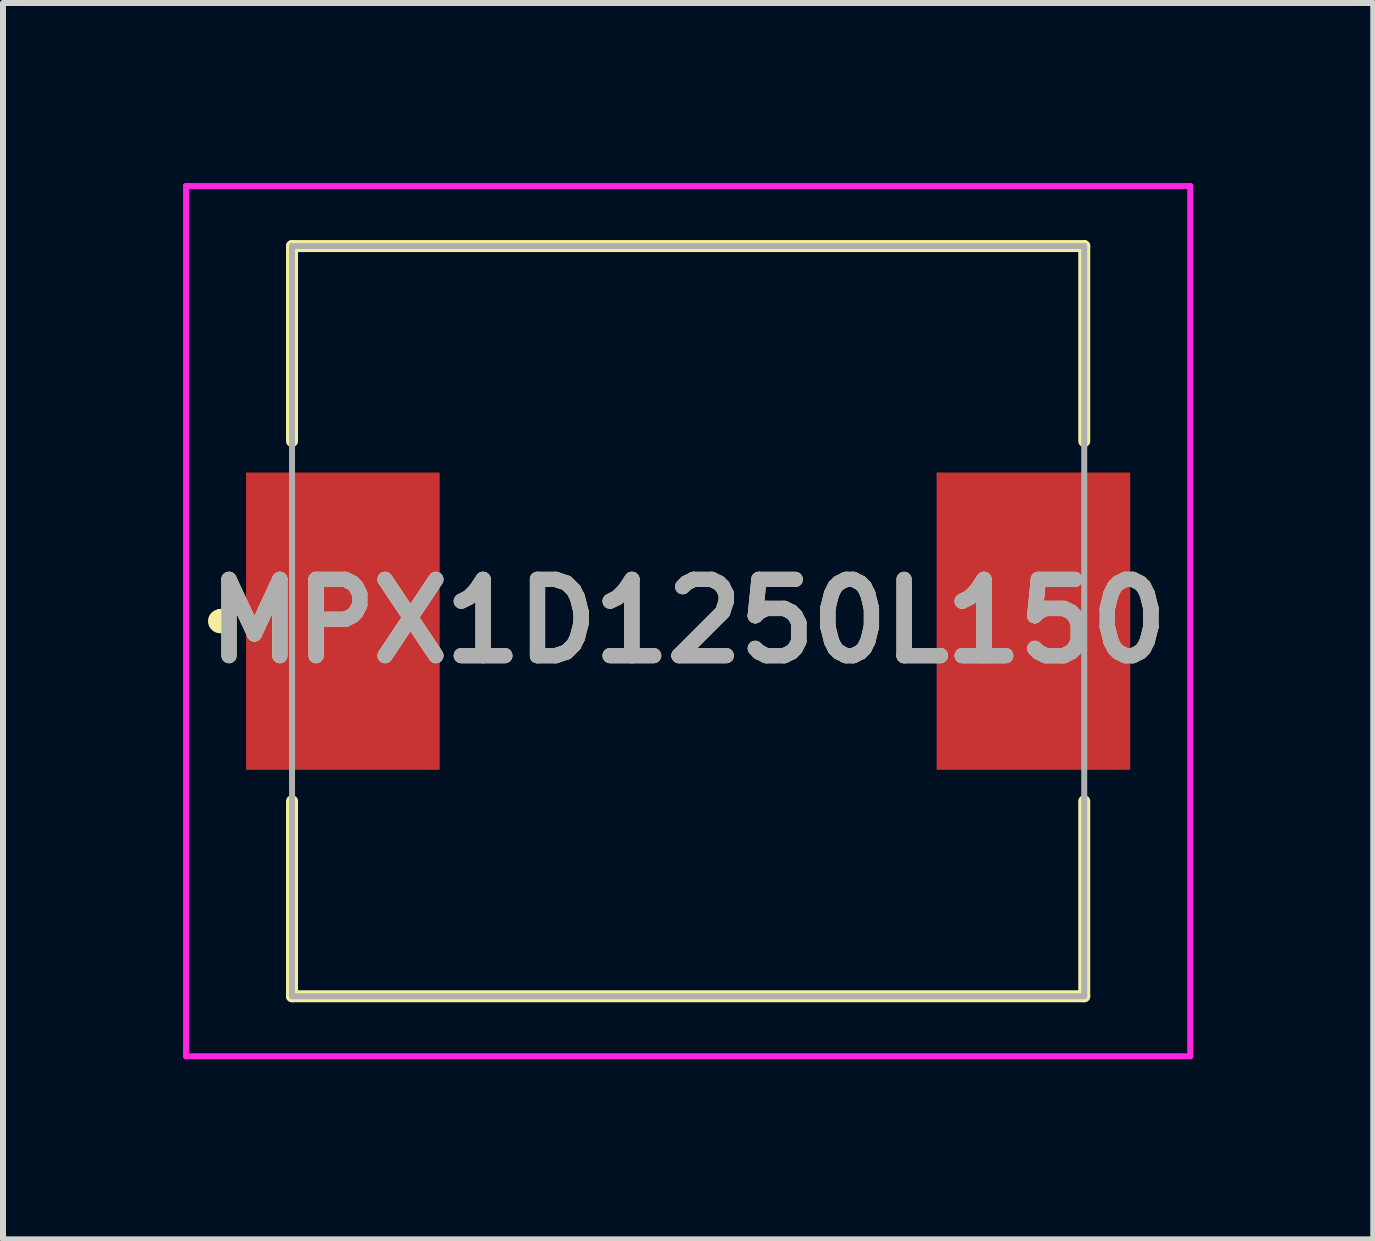
<source format=kicad_pcb>
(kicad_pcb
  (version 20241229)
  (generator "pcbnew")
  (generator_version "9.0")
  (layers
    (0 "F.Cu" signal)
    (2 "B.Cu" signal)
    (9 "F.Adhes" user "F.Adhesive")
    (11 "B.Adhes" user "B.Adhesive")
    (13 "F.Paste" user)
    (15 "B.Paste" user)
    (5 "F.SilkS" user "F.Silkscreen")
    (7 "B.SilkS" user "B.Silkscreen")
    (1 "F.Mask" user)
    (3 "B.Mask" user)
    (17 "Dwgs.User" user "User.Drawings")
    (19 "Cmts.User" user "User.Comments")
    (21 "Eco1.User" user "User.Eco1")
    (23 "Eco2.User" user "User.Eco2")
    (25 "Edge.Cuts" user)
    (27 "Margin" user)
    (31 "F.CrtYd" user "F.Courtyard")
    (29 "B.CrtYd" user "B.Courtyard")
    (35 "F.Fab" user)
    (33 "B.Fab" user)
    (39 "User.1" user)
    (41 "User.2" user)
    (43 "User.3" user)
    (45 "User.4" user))
  (footprint "MPX1D1250L150"
    (layer "F.Cu")
    (at 8.416 7.3)
    (property "Reference" "MPX1D1250L150" (at 0 0 0) (layer "F.SilkS") (effects (font (size 1.27 1.27) (thickness 0.254))))
    (attr smd)
    (fp_line (start -7.8 -0.1) (end -7.8 -0.1) (stroke (width 0.2) (type solid)) (layer "F.SilkS"))
    (fp_line (start -7.8 0.1) (end -7.8 0.1) (stroke (width 0.2) (type solid)) (layer "F.SilkS"))
    (fp_line (start -6.6 -6.25) (end 6.6 -6.25) (stroke (width 0.2) (type solid)) (layer "F.SilkS"))
    (fp_line (start -6.6 -3) (end -6.6 -6.25) (stroke (width 0.2) (type solid)) (layer "F.SilkS"))
    (fp_line (start -6.6 3) (end -6.6 6.25) (stroke (width 0.2) (type solid)) (layer "F.SilkS"))
    (fp_line (start -6.6 6.25) (end 6.6 6.25) (stroke (width 0.2) (type solid)) (layer "F.SilkS"))
    (fp_line (start 6.6 -6.25) (end 6.6 -3) (stroke (width 0.2) (type solid)) (layer "F.SilkS"))
    (fp_line (start 6.6 6.25) (end 6.6 3) (stroke (width 0.2) (type solid)) (layer "F.SilkS"))
    (fp_arc (start -7.8 -0.1) (mid -7.7 0) (end -7.8 0.1) (stroke (width 0.2) (type solid)) (layer "F.SilkS"))
    (fp_arc (start -7.8 0.1) (mid -7.9 0) (end -7.8 -0.1) (stroke (width 0.2) (type solid)) (layer "F.SilkS"))
    (fp_line (start -8.366 -7.25) (end 8.366 -7.25) (stroke (width 0.1) (type solid)) (layer "F.CrtYd"))
    (fp_line (start -8.366 7.25) (end -8.366 -7.25) (stroke (width 0.1) (type solid)) (layer "F.CrtYd"))
    (fp_line (start 8.366 -7.25) (end 8.366 7.25) (stroke (width 0.1) (type solid)) (layer "F.CrtYd"))
    (fp_line (start 8.366 7.25) (end -8.366 7.25) (stroke (width 0.1) (type solid)) (layer "F.CrtYd"))
    (fp_line (start -6.6 -6.25) (end 6.6 -6.25) (stroke (width 0.1) (type solid)) (layer "F.Fab"))
    (fp_line (start -6.6 6.25) (end -6.6 -6.25) (stroke (width 0.1) (type solid)) (layer "F.Fab"))
    (fp_line (start 6.6 -6.25) (end 6.6 6.25) (stroke (width 0.1) (type solid)) (layer "F.Fab"))
    (fp_line (start 6.6 6.25) (end -6.6 6.25) (stroke (width 0.1) (type solid)) (layer "F.Fab"))
    (fp_text user "${REFERENCE}" (at 0 0 0) (layer "F.Fab") (effects (font (size 1.27 1.27) (thickness 0.254))))
    (pad "1" smd rect (at -5.753 0) (size 3.226 4.953) (layers "F.Cu" "F.Mask" "F.Paste"))
    (pad "2" smd rect (at 5.753 0) (size 3.226 4.953) (layers "F.Cu" "F.Mask" "F.Paste")))
  (gr_rect
    (start -3 -3)
    (end 19.832 17.6)
    (stroke (width 0.1) (type default))
    (fill no)
    (layer "Edge.Cuts")))
</source>
